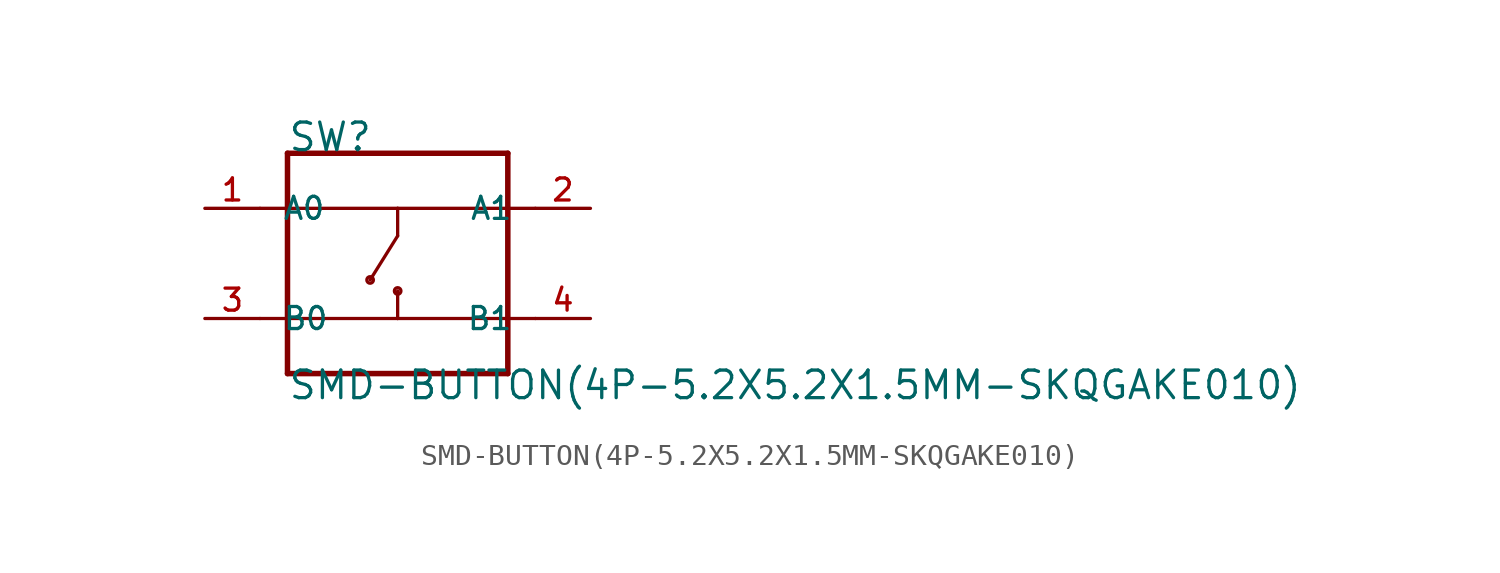
<source format=kicad_sym>
(kicad_symbol_lib
  (version 20211014)
  (generator kicad_symbol_editor)
  (symbol "SMD-BUTTON(4P-5.2X5.2X1.5MM-SKQGAKE010)"
    (pin_names
      (offset 1.016))
    (property "Reference" "SW"
      (at -5.086 5.086 0)
      (effects (font (size 1.27 1.27)) (justify bottom left)))
    (property "Value" "SMD-BUTTON(4P-5.2X5.2X1.5MM-SKQGAKE010)"
      (at -5.082 -6.352 0)
      (effects (font (size 1.27 1.27)) (justify bottom left)))
    (symbol "SMD-BUTTON(4P-5.2X5.2X1.5MM-SKQGAKE010)_0_0"
      (polyline (pts (xy -5.08 5.08) (xy 5.08 5.08)) (stroke (width 0.254)))
      (polyline (pts (xy 5.08 5.08) (xy 5.08 2.54)) (stroke (width 0.254)))
      (polyline (pts (xy 5.08 2.54) (xy 5.08 -2.54)) (stroke (width 0.254)))
      (polyline (pts (xy 5.08 -2.54) (xy 5.08 -5.08)) (stroke (width 0.254)))
      (polyline (pts (xy 5.08 -5.08) (xy -5.08 -5.08)) (stroke (width 0.254)))
      (polyline (pts (xy -5.08 -5.08) (xy -5.08 -2.54)) (stroke (width 0.254)))
      (polyline (pts (xy -5.08 -2.54) (xy -5.08 2.54)) (stroke (width 0.254)))
      (polyline (pts (xy -5.08 2.54) (xy -5.08 5.08)) (stroke (width 0.254)))
      (polyline (pts (xy -5.08 2.54) (xy 0.0 2.54)) (stroke (width 0.152)))
      (polyline (pts (xy 0.0 2.54) (xy 5.08 2.54)) (stroke (width 0.152)))
      (polyline (pts (xy 0.0 2.54) (xy 0.0 1.27)) (stroke (width 0.152)))
      (polyline (pts (xy 0.0 1.27) (xy -1.27 -0.762)) (stroke (width 0.152)))
      (polyline (pts (xy 0.0 -1.27) (xy 0.0 -2.54)) (stroke (width 0.152)))
      (polyline (pts (xy 0.0 -2.54) (xy 5.08 -2.54)) (stroke (width 0.152)))
      (polyline (pts (xy 0.0 -2.54) (xy -5.08 -2.54)) (stroke (width 0.152)))
      (polyline (pts (xy -6.35 2.54) (xy -5.08 2.54)) (stroke (width 0.152)))
      (polyline (pts (xy -6.35 -2.54) (xy -5.08 -2.54)) (stroke (width 0.152)))
      (polyline (pts (xy 6.35 -2.54) (xy 5.08 -2.54)) (stroke (width 0.152)))
      (polyline (pts (xy 6.35 2.54) (xy 5.08 2.54)) (stroke (width 0.152)))
      (circle (center -1.27 -0.762) (radius 0.152) (stroke (width 0.0)) (fill (type none)))
      (circle (center 0.0 -1.27) (radius 0.152) (stroke (width 0.0)) (fill (type none)))
      (pin bidirectional line (at -8.89 2.54 0) (length 2.54) (name "A0" (effects (font (size 1.016 1.016)))) (number "1" (effects (font (size 1.016 1.016)))))
      (pin bidirectional line (at 8.89 2.54 180.0) (length 2.54) (name "A1" (effects (font (size 1.016 1.016)))) (number "2" (effects (font (size 1.016 1.016)))))
      (pin bidirectional line (at -8.89 -2.54 0) (length 2.54) (name "B0" (effects (font (size 1.016 1.016)))) (number "3" (effects (font (size 1.016 1.016)))))
      (pin bidirectional line (at 8.89 -2.54 180.0) (length 2.54) (name "B1" (effects (font (size 1.016 1.016)))) (number "4" (effects (font (size 1.016 1.016))))))))
</source>
